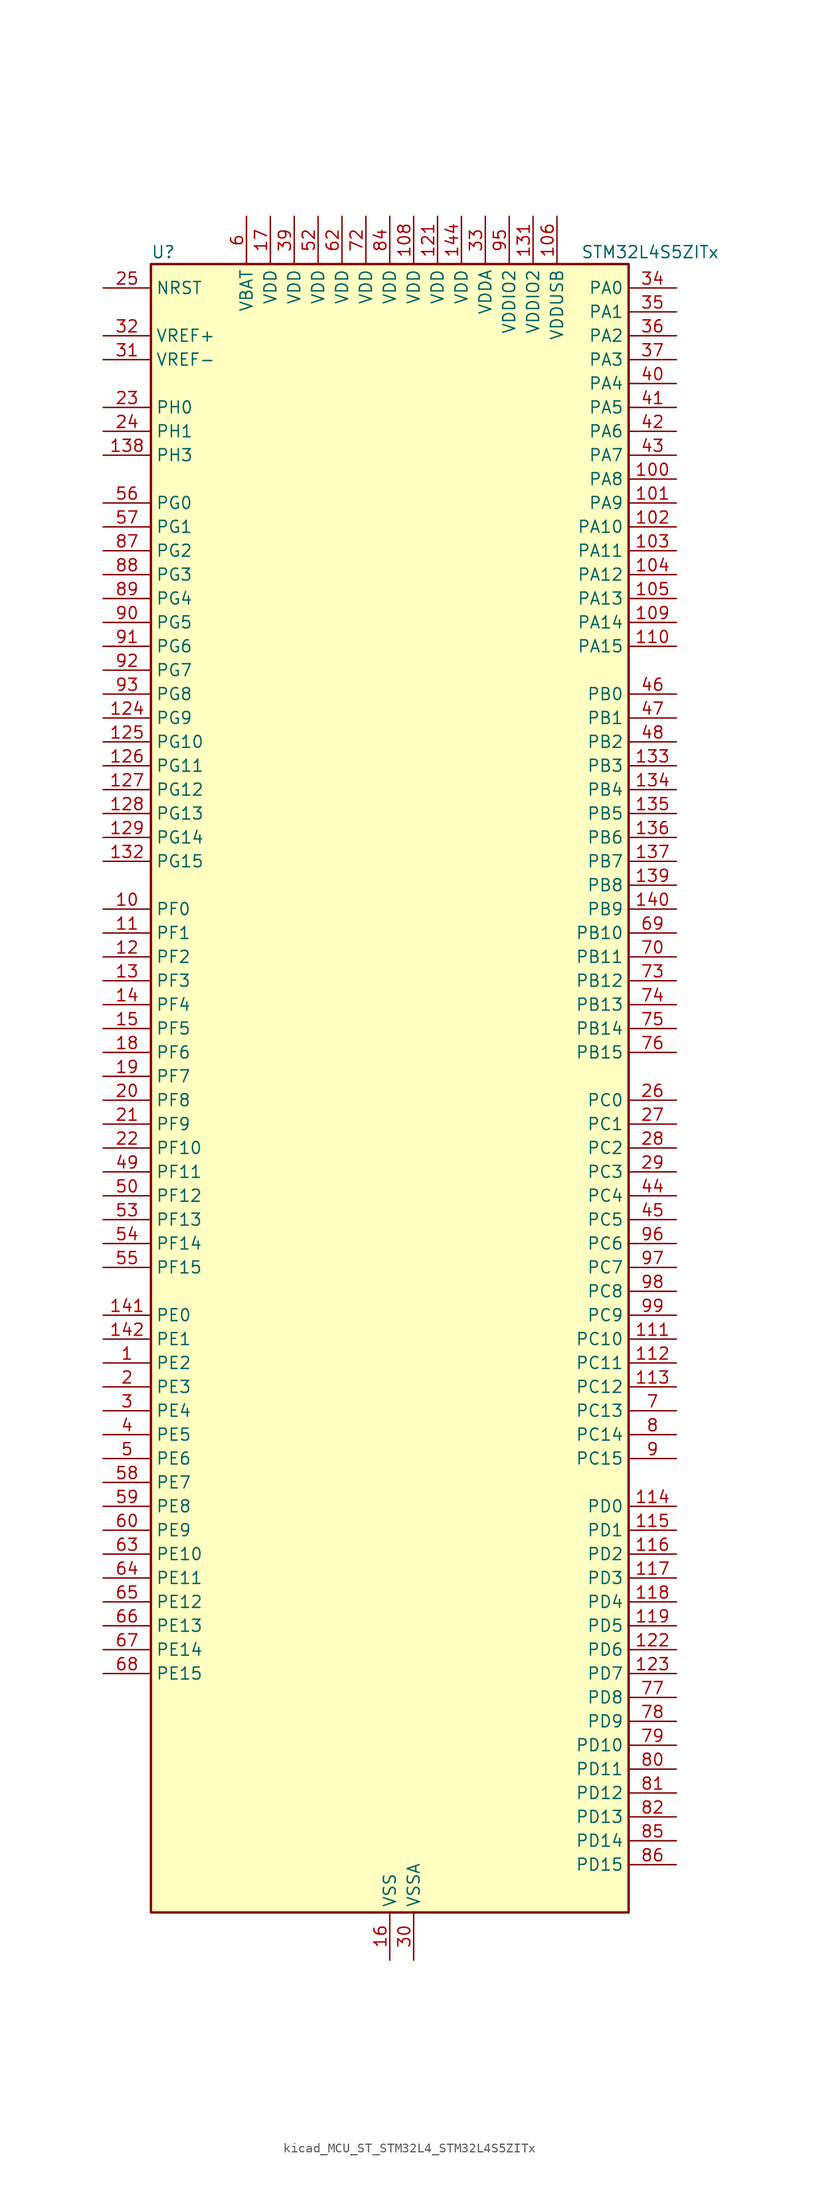
<source format=kicad_sym>
(kicad_symbol_lib
  (version 20220914)
  (generator kicad_symbol_editor)
  (symbol "kicad_MCU_ST_STM32L4_STM32L4S5ZITx"
    (property "Reference" "U"
      (at -25.4 90.17 0)
      (effects (font (size 1.27 1.27)) (justify left)))
    (property "Value" "STM32L4S5ZITx"
      (at 20.32 90.17 0)
      (effects (font (size 1.27 1.27)) (justify left)))
    (property "ki_locked" ""
      (at 0 0 0)
      (effects (font (size 1.27 1.27))))
    (symbol "kicad_MCU_ST_STM32L4_STM32L4S5ZITx_0_1"
      (rectangle (start -25.4 -86.36) (end 25.4 88.9) (stroke (width 0.254) (type default)) (fill (type background))))
    (symbol "kicad_MCU_ST_STM32L4_STM32L4S5ZITx_1_1"
      (pin bidirectional line (at -30.48 -27.94 0) (length 5.08) (name "PE2" (effects (font (size 1.27 1.27)))) (number "1" (effects (font (size 1.27 1.27)))) (alternate "FMC_A23" bidirectional line) (alternate "SAI1_CK1" bidirectional line) (alternate "SAI1_MCLK_A" bidirectional line) (alternate "SYS_TRACECLK" bidirectional line) (alternate "TIM3_ETR" bidirectional line) (alternate "TSC_G7_IO1" bidirectional line))
      (pin bidirectional line (at -30.48 20.32 0) (length 5.08) (name "PF0" (effects (font (size 1.27 1.27)))) (number "10" (effects (font (size 1.27 1.27)))) (alternate "FMC_A0" bidirectional line) (alternate "I2C2_SDA" bidirectional line) (alternate "OCTOSPIM_P2_IO0" bidirectional line))
      (pin bidirectional line (at 30.48 66.04 180) (length 5.08) (name "PA8" (effects (font (size 1.27 1.27)))) (number "100" (effects (font (size 1.27 1.27)))) (alternate "LPTIM2_OUT" bidirectional line) (alternate "RCC_MCO" bidirectional line) (alternate "SAI1_CK2" bidirectional line) (alternate "SAI1_SCK_A" bidirectional line) (alternate "TIM1_CH1" bidirectional line) (alternate "USART1_CK" bidirectional line) (alternate "USB_OTG_FS_SOF" bidirectional line))
      (pin bidirectional line (at 30.48 63.5 180) (length 5.08) (name "PA9" (effects (font (size 1.27 1.27)))) (number "101" (effects (font (size 1.27 1.27)))) (alternate "DAC1_EXTI9" bidirectional line) (alternate "DCMI_D0" bidirectional line) (alternate "SAI1_FS_A" bidirectional line) (alternate "SPI2_SCK" bidirectional line) (alternate "TIM15_BKIN" bidirectional line) (alternate "TIM1_CH2" bidirectional line) (alternate "USART1_TX" bidirectional line) (alternate "USB_OTG_FS_VBUS" bidirectional line))
      (pin bidirectional line (at 30.48 60.96 180) (length 5.08) (name "PA10" (effects (font (size 1.27 1.27)))) (number "102" (effects (font (size 1.27 1.27)))) (alternate "DCMI_D1" bidirectional line) (alternate "SAI1_D1" bidirectional line) (alternate "SAI1_SD_A" bidirectional line) (alternate "TIM17_BKIN" bidirectional line) (alternate "TIM1_CH3" bidirectional line) (alternate "USART1_RX" bidirectional line) (alternate "USB_OTG_FS_ID" bidirectional line))
      (pin bidirectional line (at 30.48 58.42 180) (length 5.08) (name "PA11" (effects (font (size 1.27 1.27)))) (number "103" (effects (font (size 1.27 1.27)))) (alternate "ADC1_EXTI11" bidirectional line) (alternate "CAN1_RX" bidirectional line) (alternate "SPI1_MISO" bidirectional line) (alternate "TIM1_BKIN2" bidirectional line) (alternate "TIM1_CH4" bidirectional line) (alternate "USART1_CTS" bidirectional line) (alternate "USART1_NSS" bidirectional line) (alternate "USB_OTG_FS_DM" bidirectional line))
      (pin bidirectional line (at 30.48 55.88 180) (length 5.08) (name "PA12" (effects (font (size 1.27 1.27)))) (number "104" (effects (font (size 1.27 1.27)))) (alternate "CAN1_TX" bidirectional line) (alternate "SPI1_MOSI" bidirectional line) (alternate "TIM1_ETR" bidirectional line) (alternate "USART1_DE" bidirectional line) (alternate "USART1_RTS" bidirectional line) (alternate "USB_OTG_FS_DP" bidirectional line))
      (pin bidirectional line (at 30.48 53.34 180) (length 5.08) (name "PA13" (effects (font (size 1.27 1.27)))) (number "105" (effects (font (size 1.27 1.27)))) (alternate "IR_OUT" bidirectional line) (alternate "SAI1_SD_B" bidirectional line) (alternate "SYS_JTMS-SWDIO" bidirectional line) (alternate "USB_OTG_FS_NOE" bidirectional line))
      (pin power_in line (at 17.78 93.98 270) (length 5.08) (name "VDDUSB" (effects (font (size 1.27 1.27)))) (number "106" (effects (font (size 1.27 1.27)))))
      (pin passive line (at 0 -91.44 90) (length 5.08) hide (name "VSS" (effects (font (size 1.27 1.27)))) (number "107" (effects (font (size 1.27 1.27)))))
      (pin power_in line (at 2.54 93.98 270) (length 5.08) (name "VDD" (effects (font (size 1.27 1.27)))) (number "108" (effects (font (size 1.27 1.27)))))
      (pin bidirectional line (at 30.48 50.8 180) (length 5.08) (name "PA14" (effects (font (size 1.27 1.27)))) (number "109" (effects (font (size 1.27 1.27)))) (alternate "I2C1_SMBA" bidirectional line) (alternate "I2C4_SMBA" bidirectional line) (alternate "LPTIM1_OUT" bidirectional line) (alternate "SAI1_FS_B" bidirectional line) (alternate "SYS_JTCK-SWCLK" bidirectional line) (alternate "USB_OTG_FS_SOF" bidirectional line))
      (pin bidirectional line (at -30.48 17.78 0) (length 5.08) (name "PF1" (effects (font (size 1.27 1.27)))) (number "11" (effects (font (size 1.27 1.27)))) (alternate "FMC_A1" bidirectional line) (alternate "I2C2_SCL" bidirectional line) (alternate "OCTOSPIM_P2_IO1" bidirectional line))
      (pin bidirectional line (at 30.48 48.26 180) (length 5.08) (name "PA15" (effects (font (size 1.27 1.27)))) (number "110" (effects (font (size 1.27 1.27)))) (alternate "ADC1_EXTI15" bidirectional line) (alternate "SAI2_FS_B" bidirectional line) (alternate "SPI1_NSS" bidirectional line) (alternate "SPI3_NSS" bidirectional line) (alternate "SYS_JTDI" bidirectional line) (alternate "TIM2_CH1" bidirectional line) (alternate "TIM2_ETR" bidirectional line) (alternate "TSC_G3_IO1" bidirectional line) (alternate "UART4_DE" bidirectional line) (alternate "UART4_RTS" bidirectional line) (alternate "USART2_RX" bidirectional line) (alternate "USART3_DE" bidirectional line) (alternate "USART3_RTS" bidirectional line))
      (pin bidirectional line (at 30.48 -25.4 180) (length 5.08) (name "PC10" (effects (font (size 1.27 1.27)))) (number "111" (effects (font (size 1.27 1.27)))) (alternate "DCMI_D8" bidirectional line) (alternate "SAI2_SCK_B" bidirectional line) (alternate "SDMMC1_D2" bidirectional line) (alternate "SPI3_SCK" bidirectional line) (alternate "SYS_TRACED1" bidirectional line) (alternate "TSC_G3_IO2" bidirectional line) (alternate "UART4_TX" bidirectional line) (alternate "USART3_TX" bidirectional line))
      (pin bidirectional line (at 30.48 -27.94 180) (length 5.08) (name "PC11" (effects (font (size 1.27 1.27)))) (number "112" (effects (font (size 1.27 1.27)))) (alternate "ADC1_EXTI11" bidirectional line) (alternate "DCMI_D2" bidirectional line) (alternate "DCMI_D4" bidirectional line) (alternate "OCTOSPIM_P1_NCS" bidirectional line) (alternate "SAI2_MCLK_B" bidirectional line) (alternate "SDMMC1_D3" bidirectional line) (alternate "SPI3_MISO" bidirectional line) (alternate "TSC_G3_IO3" bidirectional line) (alternate "UART4_RX" bidirectional line) (alternate "USART3_RX" bidirectional line))
      (pin bidirectional line (at 30.48 -30.48 180) (length 5.08) (name "PC12" (effects (font (size 1.27 1.27)))) (number "113" (effects (font (size 1.27 1.27)))) (alternate "DCMI_D9" bidirectional line) (alternate "SAI2_SD_B" bidirectional line) (alternate "SDMMC1_CK" bidirectional line) (alternate "SPI3_MOSI" bidirectional line) (alternate "SYS_TRACED3" bidirectional line) (alternate "TSC_G3_IO4" bidirectional line) (alternate "UART5_TX" bidirectional line) (alternate "USART3_CK" bidirectional line))
      (pin bidirectional line (at 30.48 -43.18 180) (length 5.08) (name "PD0" (effects (font (size 1.27 1.27)))) (number "114" (effects (font (size 1.27 1.27)))) (alternate "CAN1_RX" bidirectional line) (alternate "DFSDM1_DATIN7" bidirectional line) (alternate "FMC_D2" bidirectional line) (alternate "FMC_DA2" bidirectional line) (alternate "SPI2_NSS" bidirectional line))
      (pin bidirectional line (at 30.48 -45.72 180) (length 5.08) (name "PD1" (effects (font (size 1.27 1.27)))) (number "115" (effects (font (size 1.27 1.27)))) (alternate "CAN1_TX" bidirectional line) (alternate "DFSDM1_CKIN7" bidirectional line) (alternate "FMC_D3" bidirectional line) (alternate "FMC_DA3" bidirectional line) (alternate "SPI2_SCK" bidirectional line))
      (pin bidirectional line (at 30.48 -48.26 180) (length 5.08) (name "PD2" (effects (font (size 1.27 1.27)))) (number "116" (effects (font (size 1.27 1.27)))) (alternate "DCMI_D11" bidirectional line) (alternate "SDMMC1_CMD" bidirectional line) (alternate "SYS_TRACED2" bidirectional line) (alternate "TIM3_ETR" bidirectional line) (alternate "TSC_SYNC" bidirectional line) (alternate "UART5_RX" bidirectional line) (alternate "USART3_DE" bidirectional line) (alternate "USART3_RTS" bidirectional line))
      (pin bidirectional line (at 30.48 -50.8 180) (length 5.08) (name "PD3" (effects (font (size 1.27 1.27)))) (number "117" (effects (font (size 1.27 1.27)))) (alternate "DCMI_D5" bidirectional line) (alternate "DFSDM1_DATIN0" bidirectional line) (alternate "FMC_CLK" bidirectional line) (alternate "OCTOSPIM_P2_NCS" bidirectional line) (alternate "SPI2_MISO" bidirectional line) (alternate "SPI2_SCK" bidirectional line) (alternate "USART2_CTS" bidirectional line) (alternate "USART2_NSS" bidirectional line))
      (pin bidirectional line (at 30.48 -53.34 180) (length 5.08) (name "PD4" (effects (font (size 1.27 1.27)))) (number "118" (effects (font (size 1.27 1.27)))) (alternate "DFSDM1_CKIN0" bidirectional line) (alternate "FMC_NOE" bidirectional line) (alternate "OCTOSPIM_P1_IO4" bidirectional line) (alternate "SPI2_MOSI" bidirectional line) (alternate "USART2_DE" bidirectional line) (alternate "USART2_RTS" bidirectional line))
      (pin bidirectional line (at 30.48 -55.88 180) (length 5.08) (name "PD5" (effects (font (size 1.27 1.27)))) (number "119" (effects (font (size 1.27 1.27)))) (alternate "FMC_NWE" bidirectional line) (alternate "OCTOSPIM_P1_IO5" bidirectional line) (alternate "USART2_TX" bidirectional line))
      (pin bidirectional line (at -30.48 15.24 0) (length 5.08) (name "PF2" (effects (font (size 1.27 1.27)))) (number "12" (effects (font (size 1.27 1.27)))) (alternate "FMC_A2" bidirectional line) (alternate "I2C2_SMBA" bidirectional line) (alternate "OCTOSPIM_P2_IO2" bidirectional line))
      (pin passive line (at 0 -91.44 90) (length 5.08) hide (name "VSS" (effects (font (size 1.27 1.27)))) (number "120" (effects (font (size 1.27 1.27)))))
      (pin power_in line (at 5.08 93.98 270) (length 5.08) (name "VDD" (effects (font (size 1.27 1.27)))) (number "121" (effects (font (size 1.27 1.27)))))
      (pin bidirectional line (at 30.48 -58.42 180) (length 5.08) (name "PD6" (effects (font (size 1.27 1.27)))) (number "122" (effects (font (size 1.27 1.27)))) (alternate "DCMI_D10" bidirectional line) (alternate "DFSDM1_DATIN1" bidirectional line) (alternate "FMC_NWAIT" bidirectional line) (alternate "OCTOSPIM_P1_IO6" bidirectional line) (alternate "SAI1_D1" bidirectional line) (alternate "SAI1_SD_A" bidirectional line) (alternate "SPI3_MOSI" bidirectional line) (alternate "USART2_RX" bidirectional line))
      (pin bidirectional line (at 30.48 -60.96 180) (length 5.08) (name "PD7" (effects (font (size 1.27 1.27)))) (number "123" (effects (font (size 1.27 1.27)))) (alternate "DFSDM1_CKIN1" bidirectional line) (alternate "FMC_NCE" bidirectional line) (alternate "FMC_NE1" bidirectional line) (alternate "OCTOSPIM_P1_IO7" bidirectional line) (alternate "USART2_CK" bidirectional line))
      (pin bidirectional line (at -30.48 40.64 0) (length 5.08) (name "PG9" (effects (font (size 1.27 1.27)))) (number "124" (effects (font (size 1.27 1.27)))) (alternate "DAC1_EXTI9" bidirectional line) (alternate "FMC_NCE" bidirectional line) (alternate "FMC_NE2" bidirectional line) (alternate "OCTOSPIM_P2_IO6" bidirectional line) (alternate "SAI2_SCK_A" bidirectional line) (alternate "SPI3_SCK" bidirectional line) (alternate "TIM15_CH1N" bidirectional line) (alternate "USART1_TX" bidirectional line))
      (pin bidirectional line (at -30.48 38.1 0) (length 5.08) (name "PG10" (effects (font (size 1.27 1.27)))) (number "125" (effects (font (size 1.27 1.27)))) (alternate "FMC_NE3" bidirectional line) (alternate "LPTIM1_IN1" bidirectional line) (alternate "OCTOSPIM_P2_IO7" bidirectional line) (alternate "SAI2_FS_A" bidirectional line) (alternate "SPI3_MISO" bidirectional line) (alternate "TIM15_CH1" bidirectional line) (alternate "USART1_RX" bidirectional line))
      (pin bidirectional line (at -30.48 35.56 0) (length 5.08) (name "PG11" (effects (font (size 1.27 1.27)))) (number "126" (effects (font (size 1.27 1.27)))) (alternate "ADC1_EXTI11" bidirectional line) (alternate "LPTIM1_IN2" bidirectional line) (alternate "OCTOSPIM_P1_IO5" bidirectional line) (alternate "SAI2_MCLK_A" bidirectional line) (alternate "SPI3_MOSI" bidirectional line) (alternate "TIM15_CH2" bidirectional line) (alternate "USART1_CTS" bidirectional line) (alternate "USART1_NSS" bidirectional line))
      (pin bidirectional line (at -30.48 33.02 0) (length 5.08) (name "PG12" (effects (font (size 1.27 1.27)))) (number "127" (effects (font (size 1.27 1.27)))) (alternate "FMC_NE4" bidirectional line) (alternate "LPTIM1_ETR" bidirectional line) (alternate "OCTOSPIM_P2_NCS" bidirectional line) (alternate "SAI2_SD_A" bidirectional line) (alternate "SPI3_NSS" bidirectional line) (alternate "USART1_DE" bidirectional line) (alternate "USART1_RTS" bidirectional line))
      (pin bidirectional line (at -30.48 30.48 0) (length 5.08) (name "PG13" (effects (font (size 1.27 1.27)))) (number "128" (effects (font (size 1.27 1.27)))) (alternate "FMC_A24" bidirectional line) (alternate "I2C1_SDA" bidirectional line) (alternate "USART1_CK" bidirectional line))
      (pin bidirectional line (at -30.48 27.94 0) (length 5.08) (name "PG14" (effects (font (size 1.27 1.27)))) (number "129" (effects (font (size 1.27 1.27)))) (alternate "FMC_A25" bidirectional line) (alternate "I2C1_SCL" bidirectional line))
      (pin bidirectional line (at -30.48 12.7 0) (length 5.08) (name "PF3" (effects (font (size 1.27 1.27)))) (number "13" (effects (font (size 1.27 1.27)))) (alternate "FMC_A3" bidirectional line) (alternate "OCTOSPIM_P2_IO3" bidirectional line))
      (pin passive line (at 0 -91.44 90) (length 5.08) hide (name "VSS" (effects (font (size 1.27 1.27)))) (number "130" (effects (font (size 1.27 1.27)))))
      (pin power_in line (at 15.24 93.98 270) (length 5.08) (name "VDDIO2" (effects (font (size 1.27 1.27)))) (number "131" (effects (font (size 1.27 1.27)))))
      (pin bidirectional line (at -30.48 25.4 0) (length 5.08) (name "PG15" (effects (font (size 1.27 1.27)))) (number "132" (effects (font (size 1.27 1.27)))) (alternate "ADC1_EXTI15" bidirectional line) (alternate "DCMI_D13" bidirectional line) (alternate "I2C1_SMBA" bidirectional line) (alternate "LPTIM1_OUT" bidirectional line) (alternate "OCTOSPIM_P2_DQS" bidirectional line))
      (pin bidirectional line (at 30.48 35.56 180) (length 5.08) (name "PB3" (effects (font (size 1.27 1.27)))) (number "133" (effects (font (size 1.27 1.27)))) (alternate "COMP2_INM" bidirectional line) (alternate "CRS_SYNC" bidirectional line) (alternate "SAI1_SCK_B" bidirectional line) (alternate "SPI1_SCK" bidirectional line) (alternate "SPI3_SCK" bidirectional line) (alternate "SYS_JTDO-SWO" bidirectional line) (alternate "TIM2_CH2" bidirectional line) (alternate "USART1_DE" bidirectional line) (alternate "USART1_RTS" bidirectional line))
      (pin bidirectional line (at 30.48 33.02 180) (length 5.08) (name "PB4" (effects (font (size 1.27 1.27)))) (number "134" (effects (font (size 1.27 1.27)))) (alternate "COMP2_INP" bidirectional line) (alternate "DCMI_D12" bidirectional line) (alternate "I2C3_SDA" bidirectional line) (alternate "SAI1_MCLK_B" bidirectional line) (alternate "SPI1_MISO" bidirectional line) (alternate "SPI3_MISO" bidirectional line) (alternate "SYS_JTRST" bidirectional line) (alternate "TIM17_BKIN" bidirectional line) (alternate "TIM3_CH1" bidirectional line) (alternate "TSC_G2_IO1" bidirectional line) (alternate "UART5_DE" bidirectional line) (alternate "UART5_RTS" bidirectional line) (alternate "USART1_CTS" bidirectional line) (alternate "USART1_NSS" bidirectional line))
      (pin bidirectional line (at 30.48 30.48 180) (length 5.08) (name "PB5" (effects (font (size 1.27 1.27)))) (number "135" (effects (font (size 1.27 1.27)))) (alternate "COMP2_OUT" bidirectional line) (alternate "DCMI_D10" bidirectional line) (alternate "I2C1_SMBA" bidirectional line) (alternate "LPTIM1_IN1" bidirectional line) (alternate "SAI1_SD_B" bidirectional line) (alternate "SPI1_MOSI" bidirectional line) (alternate "SPI3_MOSI" bidirectional line) (alternate "TIM16_BKIN" bidirectional line) (alternate "TIM3_CH2" bidirectional line) (alternate "TSC_G2_IO2" bidirectional line) (alternate "UART5_CTS" bidirectional line) (alternate "USART1_CK" bidirectional line))
      (pin bidirectional line (at 30.48 27.94 180) (length 5.08) (name "PB6" (effects (font (size 1.27 1.27)))) (number "136" (effects (font (size 1.27 1.27)))) (alternate "COMP2_INP" bidirectional line) (alternate "DCMI_D5" bidirectional line) (alternate "DFSDM1_DATIN5" bidirectional line) (alternate "I2C1_SCL" bidirectional line) (alternate "I2C4_SCL" bidirectional line) (alternate "LPTIM1_ETR" bidirectional line) (alternate "SAI1_FS_B" bidirectional line) (alternate "TIM16_CH1N" bidirectional line) (alternate "TIM4_CH1" bidirectional line) (alternate "TIM8_BKIN2" bidirectional line) (alternate "TSC_G2_IO3" bidirectional line) (alternate "USART1_TX" bidirectional line))
      (pin bidirectional line (at 30.48 25.4 180) (length 5.08) (name "PB7" (effects (font (size 1.27 1.27)))) (number "137" (effects (font (size 1.27 1.27)))) (alternate "COMP2_INM" bidirectional line) (alternate "DCMI_VSYNC" bidirectional line) (alternate "DFSDM1_CKIN5" bidirectional line) (alternate "FMC_NL" bidirectional line) (alternate "I2C1_SDA" bidirectional line) (alternate "I2C4_SDA" bidirectional line) (alternate "LPTIM1_IN2" bidirectional line) (alternate "SYS_PVD_IN" bidirectional line) (alternate "TIM17_CH1N" bidirectional line) (alternate "TIM4_CH2" bidirectional line) (alternate "TIM8_BKIN" bidirectional line) (alternate "TSC_G2_IO4" bidirectional line) (alternate "UART4_CTS" bidirectional line) (alternate "USART1_RX" bidirectional line))
      (pin bidirectional line (at -30.48 68.58 0) (length 5.08) (name "PH3" (effects (font (size 1.27 1.27)))) (number "138" (effects (font (size 1.27 1.27)))))
      (pin bidirectional line (at 30.48 22.86 180) (length 5.08) (name "PB8" (effects (font (size 1.27 1.27)))) (number "139" (effects (font (size 1.27 1.27)))) (alternate "CAN1_RX" bidirectional line) (alternate "DCMI_D6" bidirectional line) (alternate "DFSDM1_CKOUT" bidirectional line) (alternate "DFSDM1_DATIN6" bidirectional line) (alternate "I2C1_SCL" bidirectional line) (alternate "SAI1_CK1" bidirectional line) (alternate "SAI1_MCLK_A" bidirectional line) (alternate "SDMMC1_CKIN" bidirectional line) (alternate "SDMMC1_D4" bidirectional line) (alternate "TIM16_CH1" bidirectional line) (alternate "TIM4_CH3" bidirectional line))
      (pin bidirectional line (at -30.48 10.16 0) (length 5.08) (name "PF4" (effects (font (size 1.27 1.27)))) (number "14" (effects (font (size 1.27 1.27)))) (alternate "FMC_A4" bidirectional line) (alternate "OCTOSPIM_P2_CLK" bidirectional line))
      (pin bidirectional line (at 30.48 20.32 180) (length 5.08) (name "PB9" (effects (font (size 1.27 1.27)))) (number "140" (effects (font (size 1.27 1.27)))) (alternate "CAN1_TX" bidirectional line) (alternate "DAC1_EXTI9" bidirectional line) (alternate "DCMI_D7" bidirectional line) (alternate "DFSDM1_CKIN6" bidirectional line) (alternate "I2C1_SDA" bidirectional line) (alternate "IR_OUT" bidirectional line) (alternate "SAI1_D2" bidirectional line) (alternate "SAI1_FS_A" bidirectional line) (alternate "SDMMC1_CDIR" bidirectional line) (alternate "SDMMC1_D5" bidirectional line) (alternate "SPI2_NSS" bidirectional line) (alternate "TIM17_CH1" bidirectional line) (alternate "TIM4_CH4" bidirectional line))
      (pin bidirectional line (at -30.48 -22.86 0) (length 5.08) (name "PE0" (effects (font (size 1.27 1.27)))) (number "141" (effects (font (size 1.27 1.27)))) (alternate "DCMI_D2" bidirectional line) (alternate "FMC_NBL0" bidirectional line) (alternate "TIM16_CH1" bidirectional line) (alternate "TIM4_ETR" bidirectional line))
      (pin bidirectional line (at -30.48 -25.4 0) (length 5.08) (name "PE1" (effects (font (size 1.27 1.27)))) (number "142" (effects (font (size 1.27 1.27)))) (alternate "DCMI_D3" bidirectional line) (alternate "FMC_NBL1" bidirectional line) (alternate "TIM17_CH1" bidirectional line))
      (pin passive line (at 0 -91.44 90) (length 5.08) hide (name "VSS" (effects (font (size 1.27 1.27)))) (number "143" (effects (font (size 1.27 1.27)))))
      (pin power_in line (at 7.62 93.98 270) (length 5.08) (name "VDD" (effects (font (size 1.27 1.27)))) (number "144" (effects (font (size 1.27 1.27)))))
      (pin bidirectional line (at -30.48 7.62 0) (length 5.08) (name "PF5" (effects (font (size 1.27 1.27)))) (number "15" (effects (font (size 1.27 1.27)))) (alternate "FMC_A5" bidirectional line))
      (pin power_in line (at 0 -91.44 90) (length 5.08) (name "VSS" (effects (font (size 1.27 1.27)))) (number "16" (effects (font (size 1.27 1.27)))))
      (pin power_in line (at -12.7 93.98 270) (length 5.08) (name "VDD" (effects (font (size 1.27 1.27)))) (number "17" (effects (font (size 1.27 1.27)))))
      (pin bidirectional line (at -30.48 5.08 0) (length 5.08) (name "PF6" (effects (font (size 1.27 1.27)))) (number "18" (effects (font (size 1.27 1.27)))) (alternate "OCTOSPIM_P1_IO3" bidirectional line) (alternate "SAI1_SD_B" bidirectional line) (alternate "TIM5_CH1" bidirectional line) (alternate "TIM5_ETR" bidirectional line))
      (pin bidirectional line (at -30.48 2.54 0) (length 5.08) (name "PF7" (effects (font (size 1.27 1.27)))) (number "19" (effects (font (size 1.27 1.27)))) (alternate "OCTOSPIM_P1_IO2" bidirectional line) (alternate "SAI1_MCLK_B" bidirectional line) (alternate "TIM5_CH2" bidirectional line))
      (pin bidirectional line (at -30.48 -30.48 0) (length 5.08) (name "PE3" (effects (font (size 1.27 1.27)))) (number "2" (effects (font (size 1.27 1.27)))) (alternate "FMC_A19" bidirectional line) (alternate "OCTOSPIM_P1_DQS" bidirectional line) (alternate "SAI1_SD_B" bidirectional line) (alternate "SYS_TRACED0" bidirectional line) (alternate "TIM3_CH1" bidirectional line) (alternate "TSC_G7_IO2" bidirectional line))
      (pin bidirectional line (at -30.48 0 0) (length 5.08) (name "PF8" (effects (font (size 1.27 1.27)))) (number "20" (effects (font (size 1.27 1.27)))) (alternate "OCTOSPIM_P1_IO0" bidirectional line) (alternate "SAI1_SCK_B" bidirectional line) (alternate "TIM5_CH3" bidirectional line))
      (pin bidirectional line (at -30.48 -2.54 0) (length 5.08) (name "PF9" (effects (font (size 1.27 1.27)))) (number "21" (effects (font (size 1.27 1.27)))) (alternate "DAC1_EXTI9" bidirectional line) (alternate "OCTOSPIM_P1_IO1" bidirectional line) (alternate "SAI1_FS_B" bidirectional line) (alternate "TIM15_CH1" bidirectional line) (alternate "TIM5_CH4" bidirectional line))
      (pin bidirectional line (at -30.48 -5.08 0) (length 5.08) (name "PF10" (effects (font (size 1.27 1.27)))) (number "22" (effects (font (size 1.27 1.27)))) (alternate "DCMI_D11" bidirectional line) (alternate "DFSDM1_CKOUT" bidirectional line) (alternate "OCTOSPIM_P1_CLK" bidirectional line) (alternate "SAI1_D3" bidirectional line) (alternate "TIM15_CH2" bidirectional line))
      (pin bidirectional line (at -30.48 73.66 0) (length 5.08) (name "PH0" (effects (font (size 1.27 1.27)))) (number "23" (effects (font (size 1.27 1.27)))) (alternate "RCC_OSC_IN" bidirectional line))
      (pin bidirectional line (at -30.48 71.12 0) (length 5.08) (name "PH1" (effects (font (size 1.27 1.27)))) (number "24" (effects (font (size 1.27 1.27)))) (alternate "RCC_OSC_OUT" bidirectional line))
      (pin input line (at -30.48 86.36 0) (length 5.08) (name "NRST" (effects (font (size 1.27 1.27)))) (number "25" (effects (font (size 1.27 1.27)))))
      (pin bidirectional line (at 30.48 0 180) (length 5.08) (name "PC0" (effects (font (size 1.27 1.27)))) (number "26" (effects (font (size 1.27 1.27)))) (alternate "ADC1_IN1" bidirectional line) (alternate "DFSDM1_DATIN4" bidirectional line) (alternate "I2C3_SCL" bidirectional line) (alternate "LPTIM1_IN1" bidirectional line) (alternate "LPTIM2_IN1" bidirectional line) (alternate "LPUART1_RX" bidirectional line) (alternate "SAI2_FS_A" bidirectional line))
      (pin bidirectional line (at 30.48 -2.54 180) (length 5.08) (name "PC1" (effects (font (size 1.27 1.27)))) (number "27" (effects (font (size 1.27 1.27)))) (alternate "ADC1_IN2" bidirectional line) (alternate "DFSDM1_CKIN4" bidirectional line) (alternate "I2C3_SDA" bidirectional line) (alternate "LPTIM1_OUT" bidirectional line) (alternate "LPUART1_TX" bidirectional line) (alternate "OCTOSPIM_P1_IO4" bidirectional line) (alternate "SAI1_SD_A" bidirectional line) (alternate "SPI2_MOSI" bidirectional line) (alternate "SYS_TRACED0" bidirectional line))
      (pin bidirectional line (at 30.48 -5.08 180) (length 5.08) (name "PC2" (effects (font (size 1.27 1.27)))) (number "28" (effects (font (size 1.27 1.27)))) (alternate "ADC1_IN3" bidirectional line) (alternate "DFSDM1_CKOUT" bidirectional line) (alternate "LPTIM1_IN2" bidirectional line) (alternate "OCTOSPIM_P1_IO5" bidirectional line) (alternate "SPI2_MISO" bidirectional line))
      (pin bidirectional line (at 30.48 -7.62 180) (length 5.08) (name "PC3" (effects (font (size 1.27 1.27)))) (number "29" (effects (font (size 1.27 1.27)))) (alternate "ADC1_IN4" bidirectional line) (alternate "LPTIM1_ETR" bidirectional line) (alternate "LPTIM2_ETR" bidirectional line) (alternate "OCTOSPIM_P1_IO6" bidirectional line) (alternate "SAI1_D1" bidirectional line) (alternate "SAI1_SD_A" bidirectional line) (alternate "SPI2_MOSI" bidirectional line))
      (pin bidirectional line (at -30.48 -33.02 0) (length 5.08) (name "PE4" (effects (font (size 1.27 1.27)))) (number "3" (effects (font (size 1.27 1.27)))) (alternate "DCMI_D4" bidirectional line) (alternate "DFSDM1_DATIN3" bidirectional line) (alternate "FMC_A20" bidirectional line) (alternate "SAI1_D2" bidirectional line) (alternate "SAI1_FS_A" bidirectional line) (alternate "SYS_TRACED1" bidirectional line) (alternate "TIM3_CH2" bidirectional line) (alternate "TSC_G7_IO3" bidirectional line))
      (pin power_in line (at 2.54 -91.44 90) (length 5.08) (name "VSSA" (effects (font (size 1.27 1.27)))) (number "30" (effects (font (size 1.27 1.27)))))
      (pin input line (at -30.48 78.74 0) (length 5.08) (name "VREF-" (effects (font (size 1.27 1.27)))) (number "31" (effects (font (size 1.27 1.27)))))
      (pin input line (at -30.48 81.28 0) (length 5.08) (name "VREF+" (effects (font (size 1.27 1.27)))) (number "32" (effects (font (size 1.27 1.27)))) (alternate "VREFBUF_OUT" bidirectional line))
      (pin power_in line (at 10.16 93.98 270) (length 5.08) (name "VDDA" (effects (font (size 1.27 1.27)))) (number "33" (effects (font (size 1.27 1.27)))))
      (pin bidirectional line (at 30.48 86.36 180) (length 5.08) (name "PA0" (effects (font (size 1.27 1.27)))) (number "34" (effects (font (size 1.27 1.27)))) (alternate "ADC1_IN5" bidirectional line) (alternate "OPAMP1_VINP" bidirectional line) (alternate "RTC_TAMP2" bidirectional line) (alternate "SAI1_EXTCLK" bidirectional line) (alternate "SYS_WKUP1" bidirectional line) (alternate "TIM2_CH1" bidirectional line) (alternate "TIM2_ETR" bidirectional line) (alternate "TIM5_CH1" bidirectional line) (alternate "TIM8_ETR" bidirectional line) (alternate "UART4_TX" bidirectional line) (alternate "USART2_CTS" bidirectional line) (alternate "USART2_NSS" bidirectional line))
      (pin bidirectional line (at 30.48 83.82 180) (length 5.08) (name "PA1" (effects (font (size 1.27 1.27)))) (number "35" (effects (font (size 1.27 1.27)))) (alternate "ADC1_IN6" bidirectional line) (alternate "I2C1_SMBA" bidirectional line) (alternate "OCTOSPIM_P1_DQS" bidirectional line) (alternate "OPAMP1_VINM" bidirectional line) (alternate "SPI1_SCK" bidirectional line) (alternate "TIM15_CH1N" bidirectional line) (alternate "TIM2_CH2" bidirectional line) (alternate "TIM5_CH2" bidirectional line) (alternate "UART4_RX" bidirectional line) (alternate "USART2_DE" bidirectional line) (alternate "USART2_RTS" bidirectional line))
      (pin bidirectional line (at 30.48 81.28 180) (length 5.08) (name "PA2" (effects (font (size 1.27 1.27)))) (number "36" (effects (font (size 1.27 1.27)))) (alternate "ADC1_IN7" bidirectional line) (alternate "LPUART1_TX" bidirectional line) (alternate "OCTOSPIM_P1_NCS" bidirectional line) (alternate "RCC_LSCO" bidirectional line) (alternate "SAI2_EXTCLK" bidirectional line) (alternate "SYS_WKUP4" bidirectional line) (alternate "TIM15_CH1" bidirectional line) (alternate "TIM2_CH3" bidirectional line) (alternate "TIM5_CH3" bidirectional line) (alternate "USART2_TX" bidirectional line))
      (pin bidirectional line (at 30.48 78.74 180) (length 5.08) (name "PA3" (effects (font (size 1.27 1.27)))) (number "37" (effects (font (size 1.27 1.27)))) (alternate "ADC1_IN8" bidirectional line) (alternate "LPUART1_RX" bidirectional line) (alternate "OCTOSPIM_P1_CLK" bidirectional line) (alternate "OPAMP1_VOUT" bidirectional line) (alternate "SAI1_CK1" bidirectional line) (alternate "SAI1_MCLK_A" bidirectional line) (alternate "TIM15_CH2" bidirectional line) (alternate "TIM2_CH4" bidirectional line) (alternate "TIM5_CH4" bidirectional line) (alternate "USART2_RX" bidirectional line))
      (pin passive line (at 0 -91.44 90) (length 5.08) hide (name "VSS" (effects (font (size 1.27 1.27)))) (number "38" (effects (font (size 1.27 1.27)))))
      (pin power_in line (at -10.16 93.98 270) (length 5.08) (name "VDD" (effects (font (size 1.27 1.27)))) (number "39" (effects (font (size 1.27 1.27)))))
      (pin bidirectional line (at -30.48 -35.56 0) (length 5.08) (name "PE5" (effects (font (size 1.27 1.27)))) (number "4" (effects (font (size 1.27 1.27)))) (alternate "DCMI_D6" bidirectional line) (alternate "DFSDM1_CKIN3" bidirectional line) (alternate "FMC_A21" bidirectional line) (alternate "SAI1_CK2" bidirectional line) (alternate "SAI1_SCK_A" bidirectional line) (alternate "SYS_TRACED2" bidirectional line) (alternate "TIM3_CH3" bidirectional line) (alternate "TSC_G7_IO4" bidirectional line))
      (pin bidirectional line (at 30.48 76.2 180) (length 5.08) (name "PA4" (effects (font (size 1.27 1.27)))) (number "40" (effects (font (size 1.27 1.27)))) (alternate "ADC1_IN9" bidirectional line) (alternate "DAC1_OUT1" bidirectional line) (alternate "DCMI_HSYNC" bidirectional line) (alternate "LPTIM2_OUT" bidirectional line) (alternate "OCTOSPIM_P1_NCS" bidirectional line) (alternate "SAI1_FS_B" bidirectional line) (alternate "SPI1_NSS" bidirectional line) (alternate "SPI3_NSS" bidirectional line) (alternate "USART2_CK" bidirectional line))
      (pin bidirectional line (at 30.48 73.66 180) (length 5.08) (name "PA5" (effects (font (size 1.27 1.27)))) (number "41" (effects (font (size 1.27 1.27)))) (alternate "ADC1_IN10" bidirectional line) (alternate "DAC1_OUT2" bidirectional line) (alternate "LPTIM2_ETR" bidirectional line) (alternate "SPI1_SCK" bidirectional line) (alternate "TIM2_CH1" bidirectional line) (alternate "TIM2_ETR" bidirectional line) (alternate "TIM8_CH1N" bidirectional line))
      (pin bidirectional line (at 30.48 71.12 180) (length 5.08) (name "PA6" (effects (font (size 1.27 1.27)))) (number "42" (effects (font (size 1.27 1.27)))) (alternate "ADC1_IN11" bidirectional line) (alternate "DCMI_PIXCLK" bidirectional line) (alternate "LPUART1_CTS" bidirectional line) (alternate "OCTOSPIM_P1_IO3" bidirectional line) (alternate "OPAMP2_VINP" bidirectional line) (alternate "SPI1_MISO" bidirectional line) (alternate "TIM16_CH1" bidirectional line) (alternate "TIM1_BKIN" bidirectional line) (alternate "TIM3_CH1" bidirectional line) (alternate "TIM8_BKIN" bidirectional line) (alternate "USART3_CTS" bidirectional line) (alternate "USART3_NSS" bidirectional line))
      (pin bidirectional line (at 30.48 68.58 180) (length 5.08) (name "PA7" (effects (font (size 1.27 1.27)))) (number "43" (effects (font (size 1.27 1.27)))) (alternate "ADC1_IN12" bidirectional line) (alternate "I2C3_SCL" bidirectional line) (alternate "OCTOSPIM_P1_IO2" bidirectional line) (alternate "OPAMP2_VINM" bidirectional line) (alternate "SPI1_MOSI" bidirectional line) (alternate "TIM17_CH1" bidirectional line) (alternate "TIM1_CH1N" bidirectional line) (alternate "TIM3_CH2" bidirectional line) (alternate "TIM8_CH1N" bidirectional line))
      (pin bidirectional line (at 30.48 -10.16 180) (length 5.08) (name "PC4" (effects (font (size 1.27 1.27)))) (number "44" (effects (font (size 1.27 1.27)))) (alternate "ADC1_IN13" bidirectional line) (alternate "COMP1_INM" bidirectional line) (alternate "OCTOSPIM_P1_IO7" bidirectional line) (alternate "USART3_TX" bidirectional line))
      (pin bidirectional line (at 30.48 -12.7 180) (length 5.08) (name "PC5" (effects (font (size 1.27 1.27)))) (number "45" (effects (font (size 1.27 1.27)))) (alternate "ADC1_IN14" bidirectional line) (alternate "COMP1_INP" bidirectional line) (alternate "SAI1_D3" bidirectional line) (alternate "SYS_WKUP5" bidirectional line) (alternate "USART3_RX" bidirectional line))
      (pin bidirectional line (at 30.48 43.18 180) (length 5.08) (name "PB0" (effects (font (size 1.27 1.27)))) (number "46" (effects (font (size 1.27 1.27)))) (alternate "ADC1_IN15" bidirectional line) (alternate "COMP1_OUT" bidirectional line) (alternate "OCTOSPIM_P1_IO1" bidirectional line) (alternate "OPAMP2_VOUT" bidirectional line) (alternate "SAI1_EXTCLK" bidirectional line) (alternate "SPI1_NSS" bidirectional line) (alternate "TIM1_CH2N" bidirectional line) (alternate "TIM3_CH3" bidirectional line) (alternate "TIM8_CH2N" bidirectional line) (alternate "USART3_CK" bidirectional line))
      (pin bidirectional line (at 30.48 40.64 180) (length 5.08) (name "PB1" (effects (font (size 1.27 1.27)))) (number "47" (effects (font (size 1.27 1.27)))) (alternate "ADC1_IN16" bidirectional line) (alternate "COMP1_INM" bidirectional line) (alternate "DFSDM1_DATIN0" bidirectional line) (alternate "LPTIM2_IN1" bidirectional line) (alternate "LPUART1_DE" bidirectional line) (alternate "LPUART1_RTS" bidirectional line) (alternate "OCTOSPIM_P1_IO0" bidirectional line) (alternate "TIM1_CH3N" bidirectional line) (alternate "TIM3_CH4" bidirectional line) (alternate "TIM8_CH3N" bidirectional line) (alternate "USART3_DE" bidirectional line) (alternate "USART3_RTS" bidirectional line))
      (pin bidirectional line (at 30.48 38.1 180) (length 5.08) (name "PB2" (effects (font (size 1.27 1.27)))) (number "48" (effects (font (size 1.27 1.27)))) (alternate "COMP1_INP" bidirectional line) (alternate "DFSDM1_CKIN0" bidirectional line) (alternate "I2C3_SMBA" bidirectional line) (alternate "LPTIM1_OUT" bidirectional line) (alternate "OCTOSPIM_P1_DQS" bidirectional line) (alternate "RTC_OUT_ALARM" bidirectional line) (alternate "RTC_OUT_CALIB" bidirectional line))
      (pin bidirectional line (at -30.48 -7.62 0) (length 5.08) (name "PF11" (effects (font (size 1.27 1.27)))) (number "49" (effects (font (size 1.27 1.27)))) (alternate "ADC1_EXTI11" bidirectional line) (alternate "DCMI_D12" bidirectional line))
      (pin bidirectional line (at -30.48 -38.1 0) (length 5.08) (name "PE6" (effects (font (size 1.27 1.27)))) (number "5" (effects (font (size 1.27 1.27)))) (alternate "DCMI_D7" bidirectional line) (alternate "FMC_A22" bidirectional line) (alternate "RTC_TAMP3" bidirectional line) (alternate "SAI1_D1" bidirectional line) (alternate "SAI1_SD_A" bidirectional line) (alternate "SYS_TRACED3" bidirectional line) (alternate "SYS_WKUP3" bidirectional line) (alternate "TIM3_CH4" bidirectional line))
      (pin bidirectional line (at -30.48 -10.16 0) (length 5.08) (name "PF12" (effects (font (size 1.27 1.27)))) (number "50" (effects (font (size 1.27 1.27)))) (alternate "FMC_A6" bidirectional line) (alternate "OCTOSPIM_P2_DQS" bidirectional line))
      (pin passive line (at 0 -91.44 90) (length 5.08) hide (name "VSS" (effects (font (size 1.27 1.27)))) (number "51" (effects (font (size 1.27 1.27)))))
      (pin power_in line (at -7.62 93.98 270) (length 5.08) (name "VDD" (effects (font (size 1.27 1.27)))) (number "52" (effects (font (size 1.27 1.27)))))
      (pin bidirectional line (at -30.48 -12.7 0) (length 5.08) (name "PF13" (effects (font (size 1.27 1.27)))) (number "53" (effects (font (size 1.27 1.27)))) (alternate "DFSDM1_DATIN6" bidirectional line) (alternate "FMC_A7" bidirectional line) (alternate "I2C4_SMBA" bidirectional line))
      (pin bidirectional line (at -30.48 -15.24 0) (length 5.08) (name "PF14" (effects (font (size 1.27 1.27)))) (number "54" (effects (font (size 1.27 1.27)))) (alternate "DFSDM1_CKIN6" bidirectional line) (alternate "FMC_A8" bidirectional line) (alternate "I2C4_SCL" bidirectional line) (alternate "TSC_G8_IO1" bidirectional line))
      (pin bidirectional line (at -30.48 -17.78 0) (length 5.08) (name "PF15" (effects (font (size 1.27 1.27)))) (number "55" (effects (font (size 1.27 1.27)))) (alternate "ADC1_EXTI15" bidirectional line) (alternate "FMC_A9" bidirectional line) (alternate "I2C4_SDA" bidirectional line) (alternate "TSC_G8_IO2" bidirectional line))
      (pin bidirectional line (at -30.48 63.5 0) (length 5.08) (name "PG0" (effects (font (size 1.27 1.27)))) (number "56" (effects (font (size 1.27 1.27)))) (alternate "FMC_A10" bidirectional line) (alternate "OCTOSPIM_P2_IO4" bidirectional line) (alternate "TSC_G8_IO3" bidirectional line))
      (pin bidirectional line (at -30.48 60.96 0) (length 5.08) (name "PG1" (effects (font (size 1.27 1.27)))) (number "57" (effects (font (size 1.27 1.27)))) (alternate "FMC_A11" bidirectional line) (alternate "OCTOSPIM_P2_IO5" bidirectional line) (alternate "TSC_G8_IO4" bidirectional line))
      (pin bidirectional line (at -30.48 -40.64 0) (length 5.08) (name "PE7" (effects (font (size 1.27 1.27)))) (number "58" (effects (font (size 1.27 1.27)))) (alternate "DFSDM1_DATIN2" bidirectional line) (alternate "FMC_D4" bidirectional line) (alternate "FMC_DA4" bidirectional line) (alternate "SAI1_SD_B" bidirectional line) (alternate "TIM1_ETR" bidirectional line))
      (pin bidirectional line (at -30.48 -43.18 0) (length 5.08) (name "PE8" (effects (font (size 1.27 1.27)))) (number "59" (effects (font (size 1.27 1.27)))) (alternate "DFSDM1_CKIN2" bidirectional line) (alternate "FMC_D5" bidirectional line) (alternate "FMC_DA5" bidirectional line) (alternate "SAI1_SCK_B" bidirectional line) (alternate "TIM1_CH1N" bidirectional line))
      (pin power_in line (at -15.24 93.98 270) (length 5.08) (name "VBAT" (effects (font (size 1.27 1.27)))) (number "6" (effects (font (size 1.27 1.27)))))
      (pin bidirectional line (at -30.48 -45.72 0) (length 5.08) (name "PE9" (effects (font (size 1.27 1.27)))) (number "60" (effects (font (size 1.27 1.27)))) (alternate "DAC1_EXTI9" bidirectional line) (alternate "DFSDM1_CKOUT" bidirectional line) (alternate "FMC_D6" bidirectional line) (alternate "FMC_DA6" bidirectional line) (alternate "SAI1_FS_B" bidirectional line) (alternate "TIM1_CH1" bidirectional line))
      (pin passive line (at 0 -91.44 90) (length 5.08) hide (name "VSS" (effects (font (size 1.27 1.27)))) (number "61" (effects (font (size 1.27 1.27)))))
      (pin power_in line (at -5.08 93.98 270) (length 5.08) (name "VDD" (effects (font (size 1.27 1.27)))) (number "62" (effects (font (size 1.27 1.27)))))
      (pin bidirectional line (at -30.48 -48.26 0) (length 5.08) (name "PE10" (effects (font (size 1.27 1.27)))) (number "63" (effects (font (size 1.27 1.27)))) (alternate "DFSDM1_DATIN4" bidirectional line) (alternate "FMC_D7" bidirectional line) (alternate "FMC_DA7" bidirectional line) (alternate "OCTOSPIM_P1_CLK" bidirectional line) (alternate "SAI1_MCLK_B" bidirectional line) (alternate "TIM1_CH2N" bidirectional line) (alternate "TSC_G5_IO1" bidirectional line))
      (pin bidirectional line (at -30.48 -50.8 0) (length 5.08) (name "PE11" (effects (font (size 1.27 1.27)))) (number "64" (effects (font (size 1.27 1.27)))) (alternate "ADC1_EXTI11" bidirectional line) (alternate "DFSDM1_CKIN4" bidirectional line) (alternate "FMC_D8" bidirectional line) (alternate "FMC_DA8" bidirectional line) (alternate "OCTOSPIM_P1_NCS" bidirectional line) (alternate "TIM1_CH2" bidirectional line) (alternate "TSC_G5_IO2" bidirectional line))
      (pin bidirectional line (at -30.48 -53.34 0) (length 5.08) (name "PE12" (effects (font (size 1.27 1.27)))) (number "65" (effects (font (size 1.27 1.27)))) (alternate "DFSDM1_DATIN5" bidirectional line) (alternate "FMC_D9" bidirectional line) (alternate "FMC_DA9" bidirectional line) (alternate "OCTOSPIM_P1_IO0" bidirectional line) (alternate "SPI1_NSS" bidirectional line) (alternate "TIM1_CH3N" bidirectional line) (alternate "TSC_G5_IO3" bidirectional line))
      (pin bidirectional line (at -30.48 -55.88 0) (length 5.08) (name "PE13" (effects (font (size 1.27 1.27)))) (number "66" (effects (font (size 1.27 1.27)))) (alternate "DFSDM1_CKIN5" bidirectional line) (alternate "FMC_D10" bidirectional line) (alternate "FMC_DA10" bidirectional line) (alternate "OCTOSPIM_P1_IO1" bidirectional line) (alternate "SPI1_SCK" bidirectional line) (alternate "TIM1_CH3" bidirectional line) (alternate "TSC_G5_IO4" bidirectional line))
      (pin bidirectional line (at -30.48 -58.42 0) (length 5.08) (name "PE14" (effects (font (size 1.27 1.27)))) (number "67" (effects (font (size 1.27 1.27)))) (alternate "FMC_D11" bidirectional line) (alternate "FMC_DA11" bidirectional line) (alternate "OCTOSPIM_P1_IO2" bidirectional line) (alternate "SPI1_MISO" bidirectional line) (alternate "TIM1_BKIN2" bidirectional line) (alternate "TIM1_CH4" bidirectional line))
      (pin bidirectional line (at -30.48 -60.96 0) (length 5.08) (name "PE15" (effects (font (size 1.27 1.27)))) (number "68" (effects (font (size 1.27 1.27)))) (alternate "ADC1_EXTI15" bidirectional line) (alternate "FMC_D12" bidirectional line) (alternate "FMC_DA12" bidirectional line) (alternate "OCTOSPIM_P1_IO3" bidirectional line) (alternate "SPI1_MOSI" bidirectional line) (alternate "TIM1_BKIN" bidirectional line))
      (pin bidirectional line (at 30.48 17.78 180) (length 5.08) (name "PB10" (effects (font (size 1.27 1.27)))) (number "69" (effects (font (size 1.27 1.27)))) (alternate "COMP1_OUT" bidirectional line) (alternate "DFSDM1_DATIN7" bidirectional line) (alternate "I2C2_SCL" bidirectional line) (alternate "I2C4_SCL" bidirectional line) (alternate "LPUART1_RX" bidirectional line) (alternate "OCTOSPIM_P1_CLK" bidirectional line) (alternate "SAI1_SCK_A" bidirectional line) (alternate "SPI2_SCK" bidirectional line) (alternate "TIM2_CH3" bidirectional line) (alternate "TSC_SYNC" bidirectional line) (alternate "USART3_TX" bidirectional line))
      (pin bidirectional line (at 30.48 -33.02 180) (length 5.08) (name "PC13" (effects (font (size 1.27 1.27)))) (number "7" (effects (font (size 1.27 1.27)))) (alternate "RTC_OUT_ALARM" bidirectional line) (alternate "RTC_OUT_CALIB" bidirectional line) (alternate "RTC_TAMP1" bidirectional line) (alternate "RTC_TS" bidirectional line) (alternate "SYS_WKUP2" bidirectional line))
      (pin bidirectional line (at 30.48 15.24 180) (length 5.08) (name "PB11" (effects (font (size 1.27 1.27)))) (number "70" (effects (font (size 1.27 1.27)))) (alternate "ADC1_EXTI11" bidirectional line) (alternate "COMP2_OUT" bidirectional line) (alternate "DFSDM1_CKIN7" bidirectional line) (alternate "I2C2_SDA" bidirectional line) (alternate "I2C4_SDA" bidirectional line) (alternate "LPUART1_TX" bidirectional line) (alternate "OCTOSPIM_P1_NCS" bidirectional line) (alternate "TIM2_CH4" bidirectional line) (alternate "USART3_RX" bidirectional line))
      (pin passive line (at 0 -91.44 90) (length 5.08) hide (name "VSS" (effects (font (size 1.27 1.27)))) (number "71" (effects (font (size 1.27 1.27)))))
      (pin power_in line (at -2.54 93.98 270) (length 5.08) (name "VDD" (effects (font (size 1.27 1.27)))) (number "72" (effects (font (size 1.27 1.27)))))
      (pin bidirectional line (at 30.48 12.7 180) (length 5.08) (name "PB12" (effects (font (size 1.27 1.27)))) (number "73" (effects (font (size 1.27 1.27)))) (alternate "DFSDM1_DATIN1" bidirectional line) (alternate "I2C2_SMBA" bidirectional line) (alternate "LPUART1_DE" bidirectional line) (alternate "LPUART1_RTS" bidirectional line) (alternate "SAI2_FS_A" bidirectional line) (alternate "SPI2_NSS" bidirectional line) (alternate "TIM15_BKIN" bidirectional line) (alternate "TIM1_BKIN" bidirectional line) (alternate "TSC_G1_IO1" bidirectional line) (alternate "USART3_CK" bidirectional line))
      (pin bidirectional line (at 30.48 10.16 180) (length 5.08) (name "PB13" (effects (font (size 1.27 1.27)))) (number "74" (effects (font (size 1.27 1.27)))) (alternate "DFSDM1_CKIN1" bidirectional line) (alternate "I2C2_SCL" bidirectional line) (alternate "LPUART1_CTS" bidirectional line) (alternate "SAI2_SCK_A" bidirectional line) (alternate "SPI2_SCK" bidirectional line) (alternate "TIM15_CH1N" bidirectional line) (alternate "TIM1_CH1N" bidirectional line) (alternate "TSC_G1_IO2" bidirectional line) (alternate "USART3_CTS" bidirectional line) (alternate "USART3_NSS" bidirectional line))
      (pin bidirectional line (at 30.48 7.62 180) (length 5.08) (name "PB14" (effects (font (size 1.27 1.27)))) (number "75" (effects (font (size 1.27 1.27)))) (alternate "DFSDM1_DATIN2" bidirectional line) (alternate "I2C2_SDA" bidirectional line) (alternate "SAI2_MCLK_A" bidirectional line) (alternate "SPI2_MISO" bidirectional line) (alternate "TIM15_CH1" bidirectional line) (alternate "TIM1_CH2N" bidirectional line) (alternate "TIM8_CH2N" bidirectional line) (alternate "TSC_G1_IO3" bidirectional line) (alternate "USART3_DE" bidirectional line) (alternate "USART3_RTS" bidirectional line))
      (pin bidirectional line (at 30.48 5.08 180) (length 5.08) (name "PB15" (effects (font (size 1.27 1.27)))) (number "76" (effects (font (size 1.27 1.27)))) (alternate "ADC1_EXTI15" bidirectional line) (alternate "DFSDM1_CKIN2" bidirectional line) (alternate "RTC_REFIN" bidirectional line) (alternate "SAI2_SD_A" bidirectional line) (alternate "SPI2_MOSI" bidirectional line) (alternate "TIM15_CH2" bidirectional line) (alternate "TIM1_CH3N" bidirectional line) (alternate "TIM8_CH3N" bidirectional line) (alternate "TSC_G1_IO4" bidirectional line))
      (pin bidirectional line (at 30.48 -63.5 180) (length 5.08) (name "PD8" (effects (font (size 1.27 1.27)))) (number "77" (effects (font (size 1.27 1.27)))) (alternate "DCMI_HSYNC" bidirectional line) (alternate "FMC_D13" bidirectional line) (alternate "FMC_DA13" bidirectional line) (alternate "USART3_TX" bidirectional line))
      (pin bidirectional line (at 30.48 -66.04 180) (length 5.08) (name "PD9" (effects (font (size 1.27 1.27)))) (number "78" (effects (font (size 1.27 1.27)))) (alternate "DAC1_EXTI9" bidirectional line) (alternate "DCMI_PIXCLK" bidirectional line) (alternate "FMC_D14" bidirectional line) (alternate "FMC_DA14" bidirectional line) (alternate "SAI2_MCLK_A" bidirectional line) (alternate "USART3_RX" bidirectional line))
      (pin bidirectional line (at 30.48 -68.58 180) (length 5.08) (name "PD10" (effects (font (size 1.27 1.27)))) (number "79" (effects (font (size 1.27 1.27)))) (alternate "FMC_D15" bidirectional line) (alternate "FMC_DA15" bidirectional line) (alternate "SAI2_SCK_A" bidirectional line) (alternate "TSC_G6_IO1" bidirectional line) (alternate "USART3_CK" bidirectional line))
      (pin bidirectional line (at 30.48 -35.56 180) (length 5.08) (name "PC14" (effects (font (size 1.27 1.27)))) (number "8" (effects (font (size 1.27 1.27)))) (alternate "RCC_OSC32_IN" bidirectional line))
      (pin bidirectional line (at 30.48 -71.12 180) (length 5.08) (name "PD11" (effects (font (size 1.27 1.27)))) (number "80" (effects (font (size 1.27 1.27)))) (alternate "ADC1_EXTI11" bidirectional line) (alternate "FMC_A16" bidirectional line) (alternate "FMC_CLE" bidirectional line) (alternate "I2C4_SMBA" bidirectional line) (alternate "LPTIM2_ETR" bidirectional line) (alternate "SAI2_SD_A" bidirectional line) (alternate "TSC_G6_IO2" bidirectional line) (alternate "USART3_CTS" bidirectional line) (alternate "USART3_NSS" bidirectional line))
      (pin bidirectional line (at 30.48 -73.66 180) (length 5.08) (name "PD12" (effects (font (size 1.27 1.27)))) (number "81" (effects (font (size 1.27 1.27)))) (alternate "FMC_A17" bidirectional line) (alternate "FMC_ALE" bidirectional line) (alternate "I2C4_SCL" bidirectional line) (alternate "LPTIM2_IN1" bidirectional line) (alternate "SAI2_FS_A" bidirectional line) (alternate "TIM4_CH1" bidirectional line) (alternate "TSC_G6_IO3" bidirectional line) (alternate "USART3_DE" bidirectional line) (alternate "USART3_RTS" bidirectional line))
      (pin bidirectional line (at 30.48 -76.2 180) (length 5.08) (name "PD13" (effects (font (size 1.27 1.27)))) (number "82" (effects (font (size 1.27 1.27)))) (alternate "FMC_A18" bidirectional line) (alternate "I2C4_SDA" bidirectional line) (alternate "LPTIM2_OUT" bidirectional line) (alternate "TIM4_CH2" bidirectional line) (alternate "TSC_G6_IO4" bidirectional line))
      (pin passive line (at 0 -91.44 90) (length 5.08) hide (name "VSS" (effects (font (size 1.27 1.27)))) (number "83" (effects (font (size 1.27 1.27)))))
      (pin power_in line (at 0 93.98 270) (length 5.08) (name "VDD" (effects (font (size 1.27 1.27)))) (number "84" (effects (font (size 1.27 1.27)))))
      (pin bidirectional line (at 30.48 -78.74 180) (length 5.08) (name "PD14" (effects (font (size 1.27 1.27)))) (number "85" (effects (font (size 1.27 1.27)))) (alternate "FMC_D0" bidirectional line) (alternate "FMC_DA0" bidirectional line) (alternate "TIM4_CH3" bidirectional line))
      (pin bidirectional line (at 30.48 -81.28 180) (length 5.08) (name "PD15" (effects (font (size 1.27 1.27)))) (number "86" (effects (font (size 1.27 1.27)))) (alternate "ADC1_EXTI15" bidirectional line) (alternate "FMC_D1" bidirectional line) (alternate "FMC_DA1" bidirectional line) (alternate "TIM4_CH4" bidirectional line))
      (pin bidirectional line (at -30.48 58.42 0) (length 5.08) (name "PG2" (effects (font (size 1.27 1.27)))) (number "87" (effects (font (size 1.27 1.27)))) (alternate "FMC_A12" bidirectional line) (alternate "SAI2_SCK_B" bidirectional line) (alternate "SPI1_SCK" bidirectional line))
      (pin bidirectional line (at -30.48 55.88 0) (length 5.08) (name "PG3" (effects (font (size 1.27 1.27)))) (number "88" (effects (font (size 1.27 1.27)))) (alternate "FMC_A13" bidirectional line) (alternate "SAI2_FS_B" bidirectional line) (alternate "SPI1_MISO" bidirectional line))
      (pin bidirectional line (at -30.48 53.34 0) (length 5.08) (name "PG4" (effects (font (size 1.27 1.27)))) (number "89" (effects (font (size 1.27 1.27)))) (alternate "FMC_A14" bidirectional line) (alternate "SAI2_MCLK_B" bidirectional line) (alternate "SPI1_MOSI" bidirectional line))
      (pin bidirectional line (at 30.48 -38.1 180) (length 5.08) (name "PC15" (effects (font (size 1.27 1.27)))) (number "9" (effects (font (size 1.27 1.27)))) (alternate "ADC1_EXTI15" bidirectional line) (alternate "RCC_OSC32_OUT" bidirectional line))
      (pin bidirectional line (at -30.48 50.8 0) (length 5.08) (name "PG5" (effects (font (size 1.27 1.27)))) (number "90" (effects (font (size 1.27 1.27)))) (alternate "FMC_A15" bidirectional line) (alternate "LPUART1_CTS" bidirectional line) (alternate "SAI2_SD_B" bidirectional line) (alternate "SPI1_NSS" bidirectional line))
      (pin bidirectional line (at -30.48 48.26 0) (length 5.08) (name "PG6" (effects (font (size 1.27 1.27)))) (number "91" (effects (font (size 1.27 1.27)))) (alternate "I2C3_SMBA" bidirectional line) (alternate "LPUART1_DE" bidirectional line) (alternate "LPUART1_RTS" bidirectional line) (alternate "OCTOSPIM_P1_DQS" bidirectional line))
      (pin bidirectional line (at -30.48 45.72 0) (length 5.08) (name "PG7" (effects (font (size 1.27 1.27)))) (number "92" (effects (font (size 1.27 1.27)))) (alternate "DFSDM1_CKOUT" bidirectional line) (alternate "FMC_INT" bidirectional line) (alternate "I2C3_SCL" bidirectional line) (alternate "LPUART1_TX" bidirectional line) (alternate "OCTOSPIM_P2_DQS" bidirectional line) (alternate "SAI1_CK1" bidirectional line) (alternate "SAI1_MCLK_A" bidirectional line))
      (pin bidirectional line (at -30.48 43.18 0) (length 5.08) (name "PG8" (effects (font (size 1.27 1.27)))) (number "93" (effects (font (size 1.27 1.27)))) (alternate "I2C3_SDA" bidirectional line) (alternate "LPUART1_RX" bidirectional line))
      (pin passive line (at 0 -91.44 90) (length 5.08) hide (name "VSS" (effects (font (size 1.27 1.27)))) (number "94" (effects (font (size 1.27 1.27)))))
      (pin power_in line (at 12.7 93.98 270) (length 5.08) (name "VDDIO2" (effects (font (size 1.27 1.27)))) (number "95" (effects (font (size 1.27 1.27)))))
      (pin bidirectional line (at 30.48 -15.24 180) (length 5.08) (name "PC6" (effects (font (size 1.27 1.27)))) (number "96" (effects (font (size 1.27 1.27)))) (alternate "DCMI_D0" bidirectional line) (alternate "DFSDM1_CKIN3" bidirectional line) (alternate "SAI2_MCLK_A" bidirectional line) (alternate "SDMMC1_D0DIR" bidirectional line) (alternate "SDMMC1_D6" bidirectional line) (alternate "TIM3_CH1" bidirectional line) (alternate "TIM8_CH1" bidirectional line) (alternate "TSC_G4_IO1" bidirectional line))
      (pin bidirectional line (at 30.48 -17.78 180) (length 5.08) (name "PC7" (effects (font (size 1.27 1.27)))) (number "97" (effects (font (size 1.27 1.27)))) (alternate "DCMI_D1" bidirectional line) (alternate "DFSDM1_DATIN3" bidirectional line) (alternate "SAI2_MCLK_B" bidirectional line) (alternate "SDMMC1_D123DIR" bidirectional line) (alternate "SDMMC1_D7" bidirectional line) (alternate "TIM3_CH2" bidirectional line) (alternate "TIM8_CH2" bidirectional line) (alternate "TSC_G4_IO2" bidirectional line))
      (pin bidirectional line (at 30.48 -20.32 180) (length 5.08) (name "PC8" (effects (font (size 1.27 1.27)))) (number "98" (effects (font (size 1.27 1.27)))) (alternate "DCMI_D2" bidirectional line) (alternate "SDMMC1_D0" bidirectional line) (alternate "TIM3_CH3" bidirectional line) (alternate "TIM8_CH3" bidirectional line) (alternate "TSC_G4_IO3" bidirectional line))
      (pin bidirectional line (at 30.48 -22.86 180) (length 5.08) (name "PC9" (effects (font (size 1.27 1.27)))) (number "99" (effects (font (size 1.27 1.27)))) (alternate "DAC1_EXTI9" bidirectional line) (alternate "DCMI_D3" bidirectional line) (alternate "I2C3_SDA" bidirectional line) (alternate "SAI2_EXTCLK" bidirectional line) (alternate "SDMMC1_D1" bidirectional line) (alternate "SYS_TRACED0" bidirectional line) (alternate "TIM3_CH4" bidirectional line) (alternate "TIM8_BKIN2" bidirectional line) (alternate "TIM8_CH4" bidirectional line) (alternate "TSC_G4_IO4" bidirectional line) (alternate "USB_OTG_FS_NOE" bidirectional line)))))
</source>
